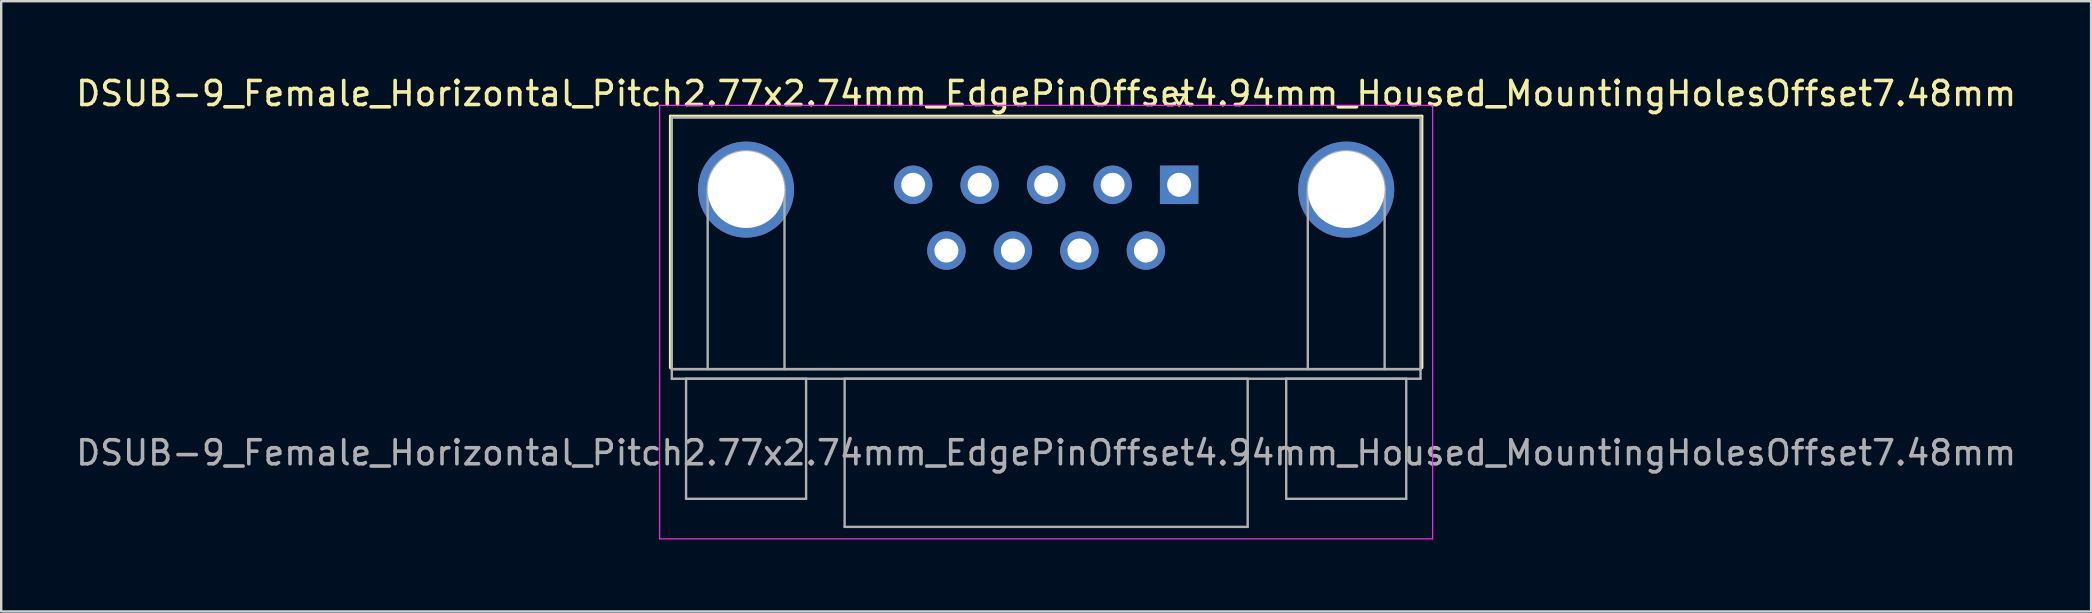
<source format=kicad_pcb>
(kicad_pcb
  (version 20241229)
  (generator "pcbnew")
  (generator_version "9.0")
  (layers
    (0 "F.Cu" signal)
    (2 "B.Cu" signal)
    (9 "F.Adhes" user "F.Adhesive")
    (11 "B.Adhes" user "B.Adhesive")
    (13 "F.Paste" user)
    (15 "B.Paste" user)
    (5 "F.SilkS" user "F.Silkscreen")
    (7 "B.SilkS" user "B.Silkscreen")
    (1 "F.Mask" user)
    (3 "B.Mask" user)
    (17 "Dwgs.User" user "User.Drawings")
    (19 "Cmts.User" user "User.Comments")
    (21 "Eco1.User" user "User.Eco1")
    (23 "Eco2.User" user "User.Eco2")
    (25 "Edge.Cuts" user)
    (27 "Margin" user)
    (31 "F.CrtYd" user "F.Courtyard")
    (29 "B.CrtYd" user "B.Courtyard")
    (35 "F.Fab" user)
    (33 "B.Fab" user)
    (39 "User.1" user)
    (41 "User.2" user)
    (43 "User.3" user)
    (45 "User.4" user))
  (footprint "DSUB-9_Female_Horizontal_Pitch2.77x2.74mm_EdgePinOffset4.94mm_Housed_MountingHolesOffset7.48mm"
    (layer "F.Cu")
    (at 46.07 4.648)
    (property "Reference" "DSUB-9_Female_Horizontal_Pitch2.77x2.74mm_EdgePinOffset4.94mm_Housed_MountingHolesOffset7.48mm" (at -5.54 -3.8 0) (layer "F.SilkS") (effects (font (size 1 1) (thickness 0.15))))
    (attr through_hole)
    (fp_line (start -21.195 -2.86) (end 10.115 -2.86) (stroke (width 0.12) (type solid)) (layer "F.SilkS"))
    (fp_line (start -21.195 7.62) (end -21.195 -2.86) (stroke (width 0.12) (type solid)) (layer "F.SilkS"))
    (fp_line (start -0.25 -3.754) (end 0.25 -3.754) (stroke (width 0.12) (type solid)) (layer "F.SilkS"))
    (fp_line (start 0 -3.321) (end -0.25 -3.754) (stroke (width 0.12) (type solid)) (layer "F.SilkS"))
    (fp_line (start 0.25 -3.754) (end 0 -3.321) (stroke (width 0.12) (type solid)) (layer "F.SilkS"))
    (fp_line (start 10.115 -2.86) (end 10.115 7.62) (stroke (width 0.12) (type solid)) (layer "F.SilkS"))
    (fp_line (start -21.64 -3.31) (end -21.64 14.75) (stroke (width 0.05) (type solid)) (layer "F.CrtYd"))
    (fp_line (start -21.64 14.75) (end 10.56 14.75) (stroke (width 0.05) (type solid)) (layer "F.CrtYd"))
    (fp_line (start 10.56 -3.31) (end -21.64 -3.31) (stroke (width 0.05) (type solid)) (layer "F.CrtYd"))
    (fp_line (start 10.56 14.75) (end 10.56 -3.31) (stroke (width 0.05) (type solid)) (layer "F.CrtYd"))
    (fp_line (start -21.135 -2.8) (end -21.135 7.68) (stroke (width 0.1) (type solid)) (layer "F.Fab"))
    (fp_line (start -21.135 7.68) (end -21.135 8.08) (stroke (width 0.1) (type solid)) (layer "F.Fab"))
    (fp_line (start -21.135 7.68) (end 10.055 7.68) (stroke (width 0.1) (type solid)) (layer "F.Fab"))
    (fp_line (start -21.135 8.08) (end 10.055 8.08) (stroke (width 0.1) (type solid)) (layer "F.Fab"))
    (fp_line (start -20.54 8.08) (end -20.54 13.08) (stroke (width 0.1) (type solid)) (layer "F.Fab"))
    (fp_line (start -20.54 13.08) (end -15.54 13.08) (stroke (width 0.1) (type solid)) (layer "F.Fab"))
    (fp_line (start -19.64 7.68) (end -19.64 0.2) (stroke (width 0.1) (type solid)) (layer "F.Fab"))
    (fp_line (start -16.44 7.68) (end -16.44 0.2) (stroke (width 0.1) (type solid)) (layer "F.Fab"))
    (fp_line (start -15.54 8.08) (end -20.54 8.08) (stroke (width 0.1) (type solid)) (layer "F.Fab"))
    (fp_line (start -15.54 13.08) (end -15.54 8.08) (stroke (width 0.1) (type solid)) (layer "F.Fab"))
    (fp_line (start -13.935 8.08) (end -13.935 14.25) (stroke (width 0.1) (type solid)) (layer "F.Fab"))
    (fp_line (start -13.935 14.25) (end 2.855 14.25) (stroke (width 0.1) (type solid)) (layer "F.Fab"))
    (fp_line (start 2.855 8.08) (end -13.935 8.08) (stroke (width 0.1) (type solid)) (layer "F.Fab"))
    (fp_line (start 2.855 14.25) (end 2.855 8.08) (stroke (width 0.1) (type solid)) (layer "F.Fab"))
    (fp_line (start 4.46 8.08) (end 4.46 13.08) (stroke (width 0.1) (type solid)) (layer "F.Fab"))
    (fp_line (start 4.46 13.08) (end 9.46 13.08) (stroke (width 0.1) (type solid)) (layer "F.Fab"))
    (fp_line (start 5.36 7.68) (end 5.36 0.2) (stroke (width 0.1) (type solid)) (layer "F.Fab"))
    (fp_line (start 8.56 7.68) (end 8.56 0.2) (stroke (width 0.1) (type solid)) (layer "F.Fab"))
    (fp_line (start 9.46 8.08) (end 4.46 8.08) (stroke (width 0.1) (type solid)) (layer "F.Fab"))
    (fp_line (start 9.46 13.08) (end 9.46 8.08) (stroke (width 0.1) (type solid)) (layer "F.Fab"))
    (fp_line (start 10.055 -2.8) (end -21.135 -2.8) (stroke (width 0.1) (type solid)) (layer "F.Fab"))
    (fp_line (start 10.055 7.68) (end -21.135 7.68) (stroke (width 0.1) (type solid)) (layer "F.Fab"))
    (fp_line (start 10.055 7.68) (end 10.055 -2.8) (stroke (width 0.1) (type solid)) (layer "F.Fab"))
    (fp_line (start 10.055 8.08) (end 10.055 7.68) (stroke (width 0.1) (type solid)) (layer "F.Fab"))
    (fp_arc (start -19.64 0.2) (mid -18.04 -1.4) (end -16.44 0.2) (stroke (width 0.1) (type solid)) (layer "F.Fab"))
    (fp_arc (start 5.36 0.2) (mid 6.96 -1.4) (end 8.56 0.2) (stroke (width 0.1) (type solid)) (layer "F.Fab"))
    (fp_text user "${REFERENCE}" (at -5.54 11.165 0) (layer "F.Fab") (effects (font (size 1 1) (thickness 0.15))))
    (pad "0" thru_hole circle (at -18.04 0.2) (size 4 4) (drill 3.2) (layers "*.Cu" "*.Mask"))
    (pad "0" thru_hole circle (at 6.96 0.2) (size 4 4) (drill 3.2) (layers "*.Cu" "*.Mask"))
    (pad "1" thru_hole rect (at 0 0) (size 1.6 1.6) (drill 1) (layers "*.Cu" "*.Mask"))
    (pad "2" thru_hole circle (at -2.77 0) (size 1.6 1.6) (drill 1) (layers "*.Cu" "*.Mask"))
    (pad "3" thru_hole circle (at -5.54 0) (size 1.6 1.6) (drill 1) (layers "*.Cu" "*.Mask"))
    (pad "4" thru_hole circle (at -8.31 0) (size 1.6 1.6) (drill 1) (layers "*.Cu" "*.Mask"))
    (pad "5" thru_hole circle (at -11.08 0) (size 1.6 1.6) (drill 1) (layers "*.Cu" "*.Mask"))
    (pad "6" thru_hole circle (at -1.385 2.74) (size 1.6 1.6) (drill 1) (layers "*.Cu" "*.Mask"))
    (pad "7" thru_hole circle (at -4.155 2.74) (size 1.6 1.6) (drill 1) (layers "*.Cu" "*.Mask"))
    (pad "8" thru_hole circle (at -6.925 2.74) (size 1.6 1.6) (drill 1) (layers "*.Cu" "*.Mask"))
    (pad "9" thru_hole circle (at -9.695 2.74) (size 1.6 1.6) (drill 1) (layers "*.Cu" "*.Mask")))
  (gr_rect
    (start -3 -3)
    (end 84.06 22.423)
    (stroke (width 0.1) (type default))
    (fill no)
    (layer "Edge.Cuts")))
</source>
